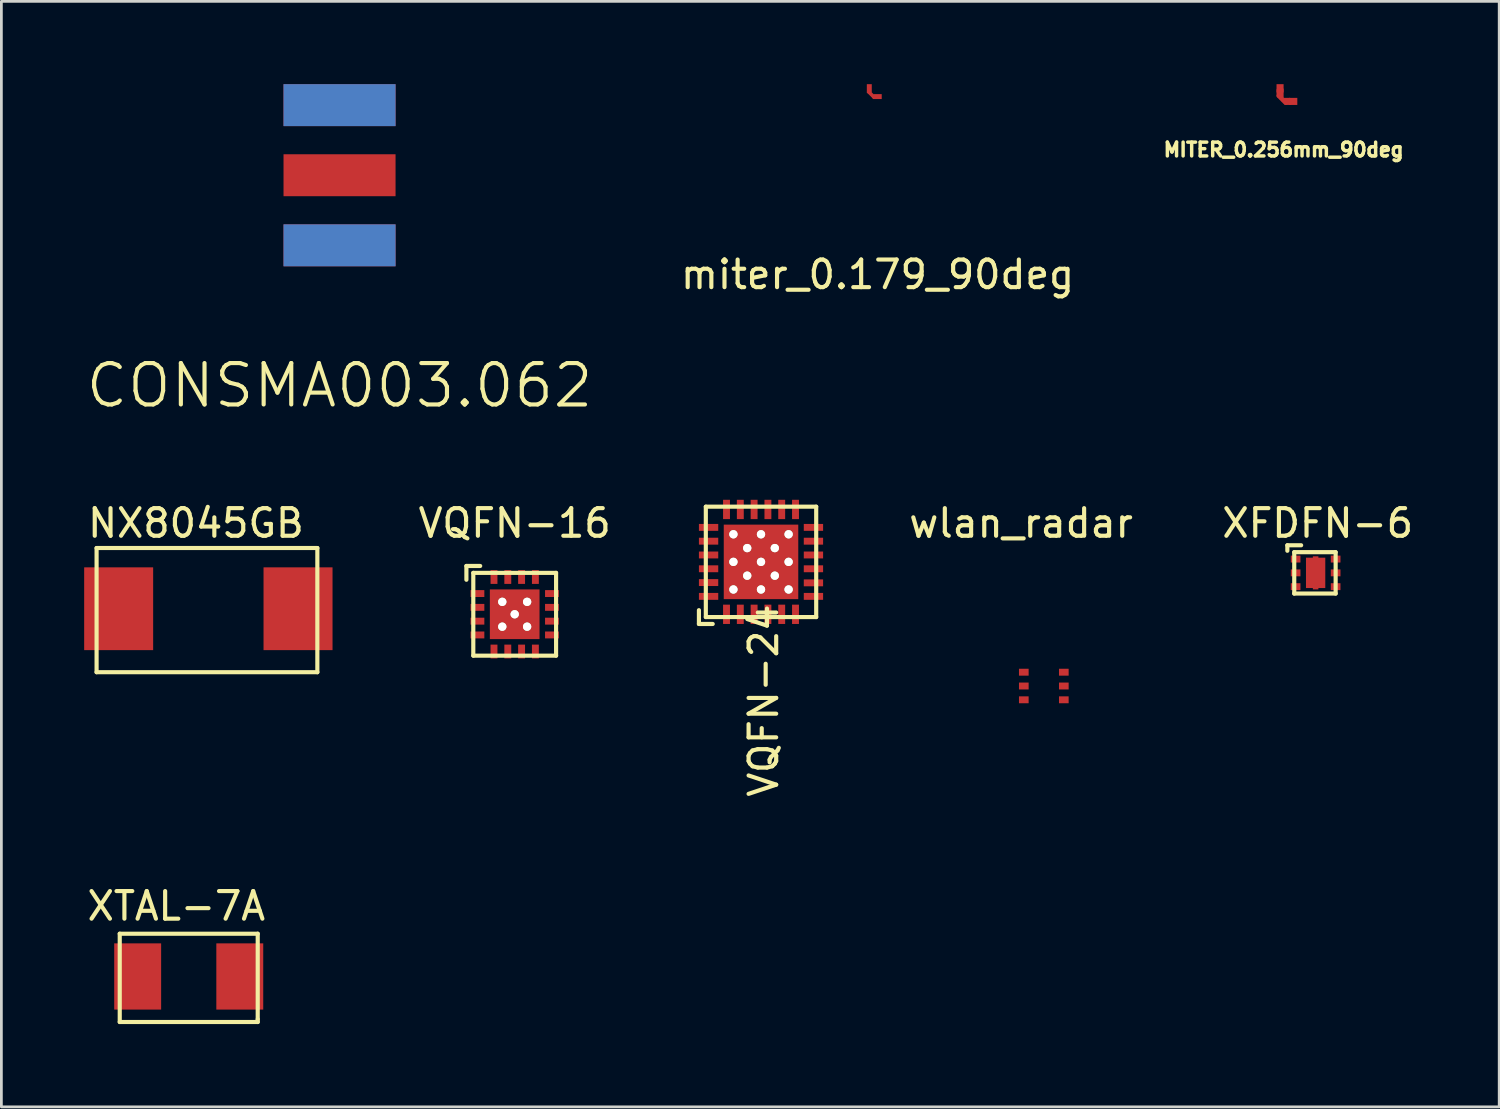
<source format=kicad_pcb>
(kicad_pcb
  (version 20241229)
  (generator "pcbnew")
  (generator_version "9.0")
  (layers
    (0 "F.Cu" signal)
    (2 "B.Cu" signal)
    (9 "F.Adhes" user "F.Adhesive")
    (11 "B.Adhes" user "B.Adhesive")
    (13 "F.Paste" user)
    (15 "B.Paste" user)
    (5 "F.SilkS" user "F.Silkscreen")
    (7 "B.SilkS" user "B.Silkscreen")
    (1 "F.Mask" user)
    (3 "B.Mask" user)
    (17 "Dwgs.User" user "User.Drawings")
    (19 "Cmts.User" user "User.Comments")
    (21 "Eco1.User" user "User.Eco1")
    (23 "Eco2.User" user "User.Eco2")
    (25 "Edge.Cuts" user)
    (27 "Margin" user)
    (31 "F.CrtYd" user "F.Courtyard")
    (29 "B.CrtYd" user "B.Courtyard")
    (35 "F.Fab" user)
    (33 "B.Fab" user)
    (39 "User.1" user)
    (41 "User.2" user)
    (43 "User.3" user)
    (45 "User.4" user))
  (footprint "wlan_radar"
    (layer "F.Cu")
    (at 34.05 21.309)
    (property "Reference" "wlan_radar" (at -0.1 -5.4 0) (layer "F.SilkS") (effects (font (size 1 1) (thickness 0.15))))
    (attr through_hole)
    (pad "1" smd rect (at 0 0) (size 0.35 0.25) (layers "F.Cu" "F.Mask" "F.Paste"))
    (pad "2" smd rect (at 0 0.5) (size 0.35 0.25) (layers "F.Cu" "F.Mask" "F.Paste"))
    (pad "3" smd rect (at 0 1) (size 0.35 0.25) (layers "F.Cu" "F.Mask" "F.Paste"))
    (pad "4" smd rect (at 1.45 1) (size 0.35 0.25) (layers "F.Cu" "F.Mask" "F.Paste"))
    (pad "5" smd rect (at 1.45 0.5) (size 0.35 0.25) (layers "F.Cu" "F.Mask" "F.Paste"))
    (pad "6" smd rect (at 1.45 0) (size 0.35 0.25) (layers "F.Cu" "F.Mask" "F.Paste")))
  (footprint "XFDFN-6"
    (layer "F.Cu")
    (at 43.9 17.209)
    (property "Reference" "XFDFN-6" (at 0.8 -1.3 0) (layer "F.SilkS") (effects (font (size 1 1) (thickness 0.15))))
    (attr through_hole)
    (fp_line (start -0.3 -0.5) (end -0.3 -0.3) (stroke (width 0.15) (type solid)) (layer "F.SilkS"))
    (fp_line (start -0.05 -0.25) (end -0.05 1.25) (stroke (width 0.15) (type solid)) (layer "F.SilkS"))
    (fp_line (start -0.05 1.25) (end 1.45 1.25) (stroke (width 0.15) (type solid)) (layer "F.SilkS"))
    (fp_line (start 0.2 -0.5) (end -0.3 -0.5) (stroke (width 0.15) (type solid)) (layer "F.SilkS"))
    (fp_line (start 1.45 -0.25) (end -0.05 -0.25) (stroke (width 0.15) (type solid)) (layer "F.SilkS"))
    (fp_line (start 1.45 1.25) (end 1.45 -0.25) (stroke (width 0.15) (type solid)) (layer "F.SilkS"))
    (pad "1" smd rect (at 0 0) (size 0.35 0.25) (layers "F.Cu" "F.Mask" "F.Paste"))
    (pad "2" smd rect (at 0 0.5) (size 0.35 0.25) (layers "F.Cu" "F.Mask" "F.Paste"))
    (pad "3" smd rect (at 0 1) (size 0.35 0.25) (layers "F.Cu" "F.Mask" "F.Paste"))
    (pad "4" smd rect (at 1.45 1) (size 0.35 0.25) (layers "F.Cu" "F.Mask" "F.Paste"))
    (pad "5" smd rect (at 1.45 0.5) (size 0.35 0.25) (layers "F.Cu" "F.Mask" "F.Paste"))
    (pad "6" smd rect (at 1.45 0) (size 0.35 0.25) (layers "F.Cu" "F.Mask" "F.Paste"))
    (pad "PAD" smd rect (at 0.725 0.5) (size 0.2 1.2) (layers "F.Cu" "F.Mask" "F.Paste"))
    (pad "PAD" smd rect (at 0.725 0.5) (size 0.7 1.1) (layers "F.Cu" "F.Mask" "F.Paste")))
  (footprint "VQFN-24"
    (layer "F.Cu")
    (at 24.527 17.311)
    (property "Reference" "VQFN-24" (at 0.095 5.025 90) (layer "F.SilkS") (effects (font (size 1 1) (thickness 0.15))))
    (attr through_hole)
    (fp_line (start -2.25 1.75) (end -2.25 2.25) (stroke (width 0.15) (type solid)) (layer "F.SilkS"))
    (fp_line (start -2.25 2.25) (end -1.75 2.25) (stroke (width 0.15) (type solid)) (layer "F.SilkS"))
    (fp_line (start -2 -2) (end 2 -2) (stroke (width 0.15) (type solid)) (layer "F.SilkS"))
    (fp_line (start -2 2) (end -2 -2) (stroke (width 0.15) (type solid)) (layer "F.SilkS"))
    (fp_line (start 2 -2) (end 2 2) (stroke (width 0.15) (type solid)) (layer "F.SilkS"))
    (fp_line (start 2 2) (end -2 2) (stroke (width 0.15) (type solid)) (layer "F.SilkS"))
    (pad "1" smd rect (at -1.25 1.9) (size 0.25 0.7) (layers "F.Cu" "F.Mask" "F.Paste"))
    (pad "2" smd rect (at -0.75 1.9) (size 0.25 0.7) (layers "F.Cu" "F.Mask" "F.Paste"))
    (pad "3" smd rect (at -0.25 1.9) (size 0.25 0.7) (layers "F.Cu" "F.Mask" "F.Paste"))
    (pad "4" smd rect (at 0.25 1.9) (size 0.25 0.7) (layers "F.Cu" "F.Mask" "F.Paste"))
    (pad "5" smd rect (at 0.75 1.9) (size 0.25 0.7) (layers "F.Cu" "F.Mask" "F.Paste"))
    (pad "6" smd rect (at 1.25 1.9) (size 0.25 0.7) (layers "F.Cu" "F.Mask" "F.Paste"))
    (pad "7" smd rect (at 1.9 1.25 90) (size 0.25 0.7) (layers "F.Cu" "F.Mask" "F.Paste"))
    (pad "8" smd rect (at 1.9 0.76 90) (size 0.25 0.7) (layers "F.Cu" "F.Mask" "F.Paste"))
    (pad "9" smd rect (at 1.9 0.25 90) (size 0.25 0.7) (layers "F.Cu" "F.Mask" "F.Paste"))
    (pad "10" smd rect (at 1.9 -0.25 90) (size 0.25 0.7) (layers "F.Cu" "F.Mask" "F.Paste"))
    (pad "11" smd rect (at 1.9 -0.75 90) (size 0.25 0.7) (layers "F.Cu" "F.Mask" "F.Paste"))
    (pad "12" smd rect (at 1.9 -1.25 90) (size 0.25 0.7) (layers "F.Cu" "F.Mask" "F.Paste"))
    (pad "13" smd rect (at 1.25 -1.9) (size 0.25 0.7) (layers "F.Cu" "F.Mask" "F.Paste"))
    (pad "14" smd rect (at 0.75 -1.9) (size 0.25 0.7) (layers "F.Cu" "F.Mask" "F.Paste"))
    (pad "15" smd rect (at 0.25 -1.9) (size 0.25 0.7) (layers "F.Cu" "F.Mask" "F.Paste"))
    (pad "16" smd rect (at -0.25 -1.9) (size 0.25 0.7) (layers "F.Cu" "F.Mask" "F.Paste"))
    (pad "17" smd rect (at -0.75 -1.9) (size 0.25 0.7) (layers "F.Cu" "F.Mask" "F.Paste"))
    (pad "18" smd rect (at -1.25 -1.9) (size 0.25 0.7) (layers "F.Cu" "F.Mask" "F.Paste"))
    (pad "19" smd rect (at -1.9 -1.25 90) (size 0.25 0.7) (layers "F.Cu" "F.Mask" "F.Paste"))
    (pad "20" smd rect (at -1.9 -0.75 90) (size 0.25 0.7) (layers "F.Cu" "F.Mask" "F.Paste"))
    (pad "21" smd rect (at -1.9 -0.25 90) (size 0.25 0.7) (layers "F.Cu" "F.Mask" "F.Paste"))
    (pad "22" smd rect (at -1.9 0.25 90) (size 0.25 0.7) (layers "F.Cu" "F.Mask" "F.Paste"))
    (pad "23" smd rect (at -1.9 0.75 90) (size 0.25 0.7) (layers "F.Cu" "F.Mask" "F.Paste"))
    (pad "24" smd rect (at -1.9 1.25 90) (size 0.25 0.7) (layers "F.Cu" "F.Mask" "F.Paste"))
    (pad "PAD" thru_hole circle (at -1 -1) (size 0.3 0.3) (drill 0.3) (layers "*.Cu" "*.Mask" "F.SilkS"))
    (pad "PAD" thru_hole circle (at -1 0) (size 0.3 0.3) (drill 0.3) (layers "*.Cu" "*.Mask" "F.SilkS"))
    (pad "PAD" thru_hole circle (at -1 1) (size 0.3 0.3) (drill 0.3) (layers "*.Cu" "*.Mask" "F.SilkS"))
    (pad "PAD" thru_hole circle (at -0.5 -0.5) (size 0.3 0.3) (drill 0.3) (layers "*.Cu" "*.Mask" "F.SilkS"))
    (pad "PAD" thru_hole circle (at -0.5 0.5) (size 0.3 0.3) (drill 0.3) (layers "*.Cu" "*.Mask" "F.SilkS"))
    (pad "PAD" thru_hole circle (at 0 -1) (size 0.3 0.3) (drill 0.3) (layers "*.Cu" "*.Mask" "F.SilkS"))
    (pad "PAD" thru_hole circle (at 0 0) (size 0.3 0.3) (drill 0.3) (layers "*.Cu" "*.Mask" "F.SilkS"))
    (pad "PAD" smd rect (at 0 0) (size 2.7 2.7) (layers "F.Cu" "F.Mask" "F.Paste"))
    (pad "PAD" thru_hole circle (at 0 1) (size 0.3 0.3) (drill 0.3) (layers "*.Cu" "*.Mask" "F.SilkS"))
    (pad "PAD" thru_hole circle (at 0.5 -0.5) (size 0.3 0.3) (drill 0.3) (layers "*.Cu" "*.Mask" "F.SilkS"))
    (pad "PAD" thru_hole circle (at 0.5 0.5) (size 0.3 0.3) (drill 0.3) (layers "*.Cu" "*.Mask" "F.SilkS"))
    (pad "PAD" thru_hole circle (at 1 -1) (size 0.3 0.3) (drill 0.3) (layers "*.Cu" "*.Mask" "F.SilkS"))
    (pad "PAD" thru_hole circle (at 1 0) (size 0.3 0.3) (drill 0.3) (layers "*.Cu" "*.Mask" "F.SilkS"))
    (pad "PAD" thru_hole circle (at 1 1) (size 0.3 0.3) (drill 0.3) (layers "*.Cu" "*.Mask" "F.SilkS")))
  (footprint "NX8045GB"
    (layer "F.Cu")
    (at 1.25 19.009)
    (property "Reference" "NX8045GB" (at 2.8 -3.1 0) (layer "F.SilkS") (effects (font (size 1 1) (thickness 0.15))))
    (attr through_hole)
    (fp_line (start -0.8 -2.2) (end 7.2 -2.2) (stroke (width 0.15) (type solid)) (layer "F.SilkS"))
    (fp_line (start -0.8 2.3) (end -0.8 -2.2) (stroke (width 0.15) (type solid)) (layer "F.SilkS"))
    (fp_line (start 7.2 -2.2) (end 7.2 2.3) (stroke (width 0.15) (type solid)) (layer "F.SilkS"))
    (fp_line (start 7.2 2.3) (end -0.8 2.3) (stroke (width 0.15) (type solid)) (layer "F.SilkS"))
    (pad "1" smd rect (at 0 0) (size 2.5 3) (layers "F.Cu" "F.Mask" "F.Paste"))
    (pad "2" smd rect (at 6.5 0) (size 2.5 3) (layers "F.Cu" "F.Mask" "F.Paste")))
  (footprint "MITER_0.256mm_90deg"
    (layer "F.Cu")
    (at 43.336 0.625)
    (property "Reference" "MITER_0.256mm_90deg" (at 0.13 1.75 0) (layer "F.SilkS") (effects (font (size 0.5 0.5) (thickness 0.125))))
    (attr through_hole)
    (fp_line (start -0.05 -0.41) (end -0.05 -0.21) (stroke (width 0.157) (type solid)) (layer "F.Cu"))
    (fp_line (start 0.05 -0.125) (end 0.05 -0.425) (stroke (width 0.157) (type solid)) (layer "F.Cu"))
    (fp_line (start 0.2 0.05) (end -0.05 -0.2) (stroke (width 0.156) (type solid)) (layer "F.Cu"))
    (fp_line (start 0.21 0.05) (end 0.36 0.05) (stroke (width 0.157) (type solid)) (layer "F.Cu"))
    (fp_line (start 0.35 -0.05) (end 0.125 -0.05) (stroke (width 0.157) (type solid)) (layer "F.Cu"))
    (pad "1" smd rect (at 0.475 0 90) (size 0.256 0.3) (layers "F.Cu"))
    (pad "2" smd rect (at 0 -0.475) (size 0.256 0.3) (layers "F.Cu")))
  (footprint "VQFN-16"
    (layer "F.Cu")
    (at 15.601 19.209)
    (property "Reference" "VQFN-16" (at 0 -3.3 0) (layer "F.SilkS") (effects (font (size 1 1) (thickness 0.15))))
    (attr through_hole)
    (fp_line (start -1.75 -1.75) (end -1.75 -1.25) (stroke (width 0.15) (type solid)) (layer "F.SilkS"))
    (fp_line (start -1.5 -1.5) (end 1.5 -1.5) (stroke (width 0.15) (type solid)) (layer "F.SilkS"))
    (fp_line (start -1.5 1.5) (end -1.5 -1.5) (stroke (width 0.15) (type solid)) (layer "F.SilkS"))
    (fp_line (start -1.25 -1.75) (end -1.75 -1.75) (stroke (width 0.15) (type solid)) (layer "F.SilkS"))
    (fp_line (start 1.5 -1.5) (end 1.5 1.5) (stroke (width 0.15) (type solid)) (layer "F.SilkS"))
    (fp_line (start 1.5 1.5) (end -1.5 1.5) (stroke (width 0.15) (type solid)) (layer "F.SilkS"))
    (pad "1" smd rect (at -1.35 -0.75 90) (size 0.25 0.5) (layers "F.Cu" "F.Mask" "F.Paste"))
    (pad "2" smd rect (at -1.35 -0.25 90) (size 0.25 0.5) (layers "F.Cu" "F.Mask" "F.Paste"))
    (pad "3" smd rect (at -1.35 0.25 90) (size 0.25 0.5) (layers "F.Cu" "F.Mask" "F.Paste"))
    (pad "4" smd rect (at -1.35 0.75 90) (size 0.25 0.5) (layers "F.Cu" "F.Mask" "F.Paste"))
    (pad "5" smd rect (at -0.75 1.35) (size 0.25 0.5) (layers "F.Cu" "F.Mask" "F.Paste"))
    (pad "6" smd rect (at -0.25 1.35) (size 0.25 0.5) (layers "F.Cu" "F.Mask" "F.Paste"))
    (pad "7" smd rect (at 0.25 1.35) (size 0.25 0.5) (layers "F.Cu" "F.Mask" "F.Paste"))
    (pad "8" smd rect (at 0.75 1.35) (size 0.25 0.5) (layers "F.Cu" "F.Mask" "F.Paste"))
    (pad "9" smd rect (at 1.35 0.75 90) (size 0.25 0.5) (layers "F.Cu" "F.Mask" "F.Paste"))
    (pad "10" smd rect (at 1.35 0.25 90) (size 0.25 0.5) (layers "F.Cu" "F.Mask" "F.Paste"))
    (pad "11" smd rect (at 1.35 -0.25 90) (size 0.25 0.5) (layers "F.Cu" "F.Mask" "F.Paste"))
    (pad "12" smd rect (at 1.35 -0.75 90) (size 0.25 0.5) (layers "F.Cu" "F.Mask" "F.Paste"))
    (pad "13" smd rect (at 0.75 -1.35) (size 0.25 0.5) (layers "F.Cu" "F.Mask" "F.Paste"))
    (pad "14" smd rect (at 0.25 -1.35) (size 0.25 0.5) (layers "F.Cu" "F.Mask" "F.Paste"))
    (pad "15" smd rect (at -0.25 -1.35) (size 0.25 0.5) (layers "F.Cu" "F.Mask" "F.Paste"))
    (pad "16" smd rect (at -0.75 -1.35) (size 0.25 0.5) (layers "F.Cu" "F.Mask" "F.Paste"))
    (pad "PAD" thru_hole circle (at -0.45 -0.45) (size 0.3 0.3) (drill 0.3) (layers "*.Cu" "*.Mask" "F.SilkS"))
    (pad "PAD" thru_hole circle (at -0.45 0.45) (size 0.3 0.3) (drill 0.3) (layers "*.Cu" "*.Mask" "F.SilkS"))
    (pad "PAD" thru_hole circle (at 0 0) (size 0.3 0.3) (drill 0.3) (layers "*.Cu" "*.Mask" "F.SilkS"))
    (pad "PAD" smd rect (at 0 0) (size 1.8 1.8) (layers "F.Cu" "F.Mask" "F.Paste"))
    (pad "PAD" thru_hole circle (at 0.45 -0.45) (size 0.3 0.3) (drill 0.3) (layers "*.Cu" "*.Mask" "F.SilkS"))
    (pad "PAD" thru_hole circle (at 0.45 0.45) (size 0.3 0.3) (drill 0.3) (layers "*.Cu" "*.Mask" "F.SilkS")))
  (footprint "XTAL-7A"
    (layer "F.Cu")
    (at 1.939 32.335)
    (property "Reference" "XTAL-7A" (at 1.4 -2.55 0) (layer "F.SilkS") (effects (font (size 1 1) (thickness 0.15))))
    (attr through_hole)
    (fp_line (start -0.65 -1.55) (end 4.35 -1.55) (stroke (width 0.15) (type solid)) (layer "F.SilkS"))
    (fp_line (start -0.65 1.65) (end -0.65 -1.55) (stroke (width 0.15) (type solid)) (layer "F.SilkS"))
    (fp_line (start 4.35 -1.55) (end 4.35 1.55) (stroke (width 0.15) (type solid)) (layer "F.SilkS"))
    (fp_line (start 4.35 1.55) (end 4.35 1.65) (stroke (width 0.15) (type solid)) (layer "F.SilkS"))
    (fp_line (start 4.35 1.65) (end -0.65 1.65) (stroke (width 0.15) (type solid)) (layer "F.SilkS"))
    (pad "1" smd rect (at 0 0) (size 1.7 2.4) (layers "F.Cu" "F.Mask" "F.Paste"))
    (pad "2" smd rect (at 3.7 0) (size 1.7 2.4) (layers "F.Cu" "F.Mask" "F.Paste")))
  (footprint "CONSMA003.062"
    (layer "F.Cu")
    (at 9.254 3.3)
    (property "Reference" "CONSMA003.062" (at 0 7.62 0) (layer "F.SilkS") (effects (font (size 1.5 1.5) (thickness 0.15))))
    (attr through_hole)
    (pad "1" smd rect (at 0 0) (size 4.06 1.52) (layers "F.Cu" "F.Mask" "F.Paste"))
    (pad "2" smd rect (at 0 -2.54) (size 4.06 1.52) (layers "F.Cu" "F.Mask" "F.Paste"))
    (pad "2" smd rect (at 0 -2.54) (size 4.06 1.52) (layers "B.Cu" "B.Mask" "B.Paste"))
    (pad "2" smd rect (at 0 2.54) (size 4.06 1.52) (layers "F.Cu" "F.Mask" "F.Paste"))
    (pad "2" smd rect (at 0 2.54) (size 4.06 1.52) (layers "B.Cu" "B.Mask" "B.Paste")))
  (footprint "miter_0.179_90deg"
    (layer "F.Cu")
    (at 28.451 0.45)
    (property "Reference" "miter_0.179_90deg" (at 0.3 6.45 0) (layer "F.SilkS") (effects (font (size 1 1) (thickness 0.15))))
    (attr through_hole)
    (fp_line (start -0.068 -0.157) (end -0.028 -0.117) (stroke (width 0.044) (type solid)) (layer "F.Cu"))
    (fp_line (start 0.157 0.069) (end 0.117 0.029) (stroke (width 0.042) (type solid)) (layer "F.Cu"))
    (fp_line (start 0.17 0.02) (end 0 -0.15) (stroke (width 0.13) (type solid)) (layer "F.Cu"))
    (pad "1" smd rect (at 0.3 0 90) (size 0.179 0.3) (layers "F.Cu"))
    (pad "2" smd rect (at 0 -0.3) (size 0.179 0.3) (layers "F.Cu")))
  (gr_rect
    (start -3 -3)
    (end 51.277 37.06)
    (stroke (width 0.1) (type default))
    (fill no)
    (layer "Edge.Cuts")))
</source>
